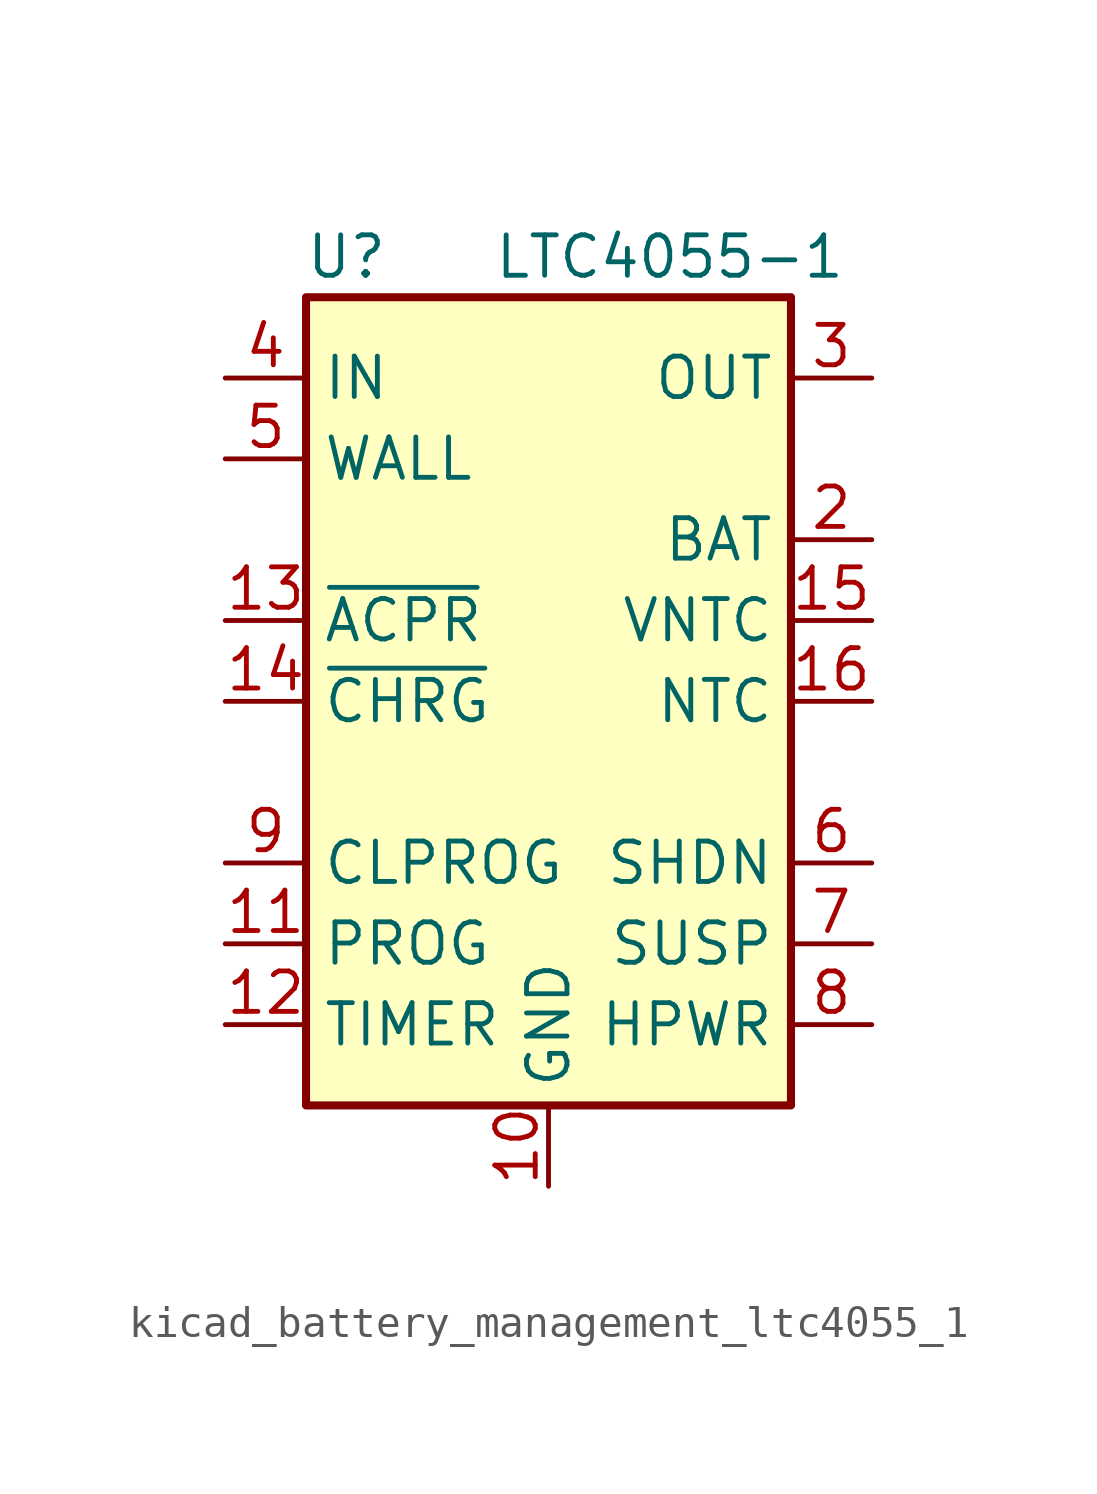
<source format=kicad_sym>
(kicad_symbol_lib
  (version 20220914)
  (generator kicad_symbol_editor)
  (symbol "kicad_battery_management_ltc4055_1"
    (property "Reference" "U"
      (at -6.35 13.97 0)
      (effects (font (size 1.27 1.27))))
    (property "Value" "LTC4055-1"
      (at 3.81 13.97 0)
      (effects (font (size 1.27 1.27))))
    (symbol "kicad_battery_management_ltc4055_1_0_1"
      (rectangle (start -7.62 12.7) (end 7.62 -12.7) (stroke (width 0.254) (type default)) (fill (type background))))
    (symbol "kicad_battery_management_ltc4055_1_1_1"
      (pin passive line (at -10.16 10.16 0) (length 2.54) hide (name "IN" (effects (font (size 1.27 1.27)))) (number "1" (effects (font (size 1.27 1.27)))))
      (pin power_in line (at 0 -15.24 90) (length 2.54) (name "GND" (effects (font (size 1.27 1.27)))) (number "10" (effects (font (size 1.27 1.27)))))
      (pin passive line (at -10.16 -7.62 0) (length 2.54) (name "PROG" (effects (font (size 1.27 1.27)))) (number "11" (effects (font (size 1.27 1.27)))))
      (pin passive line (at -10.16 -10.16 0) (length 2.54) (name "TIMER" (effects (font (size 1.27 1.27)))) (number "12" (effects (font (size 1.27 1.27)))))
      (pin open_collector line (at -10.16 2.54 0) (length 2.54) (name "~{ACPR}" (effects (font (size 1.27 1.27)))) (number "13" (effects (font (size 1.27 1.27)))))
      (pin open_collector line (at -10.16 0 0) (length 2.54) (name "~{CHRG}" (effects (font (size 1.27 1.27)))) (number "14" (effects (font (size 1.27 1.27)))))
      (pin output line (at 10.16 2.54 180) (length 2.54) (name "VNTC" (effects (font (size 1.27 1.27)))) (number "15" (effects (font (size 1.27 1.27)))))
      (pin input line (at 10.16 0 180) (length 2.54) (name "NTC" (effects (font (size 1.27 1.27)))) (number "16" (effects (font (size 1.27 1.27)))))
      (pin passive line (at 0 -15.24 90) (length 2.54) hide (name "GND" (effects (font (size 1.27 1.27)))) (number "17" (effects (font (size 1.27 1.27)))))
      (pin passive line (at 10.16 5.08 180) (length 2.54) (name "BAT" (effects (font (size 1.27 1.27)))) (number "2" (effects (font (size 1.27 1.27)))))
      (pin passive line (at 10.16 10.16 180) (length 2.54) (name "OUT" (effects (font (size 1.27 1.27)))) (number "3" (effects (font (size 1.27 1.27)))))
      (pin power_in line (at -10.16 10.16 0) (length 2.54) (name "IN" (effects (font (size 1.27 1.27)))) (number "4" (effects (font (size 1.27 1.27)))))
      (pin input line (at -10.16 7.62 0) (length 2.54) (name "WALL" (effects (font (size 1.27 1.27)))) (number "5" (effects (font (size 1.27 1.27)))))
      (pin input line (at 10.16 -5.08 180) (length 2.54) (name "SHDN" (effects (font (size 1.27 1.27)))) (number "6" (effects (font (size 1.27 1.27)))))
      (pin input line (at 10.16 -7.62 180) (length 2.54) (name "SUSP" (effects (font (size 1.27 1.27)))) (number "7" (effects (font (size 1.27 1.27)))))
      (pin input line (at 10.16 -10.16 180) (length 2.54) (name "HPWR" (effects (font (size 1.27 1.27)))) (number "8" (effects (font (size 1.27 1.27)))))
      (pin passive line (at -10.16 -5.08 0) (length 2.54) (name "CLPROG" (effects (font (size 1.27 1.27)))) (number "9" (effects (font (size 1.27 1.27))))))))
</source>
